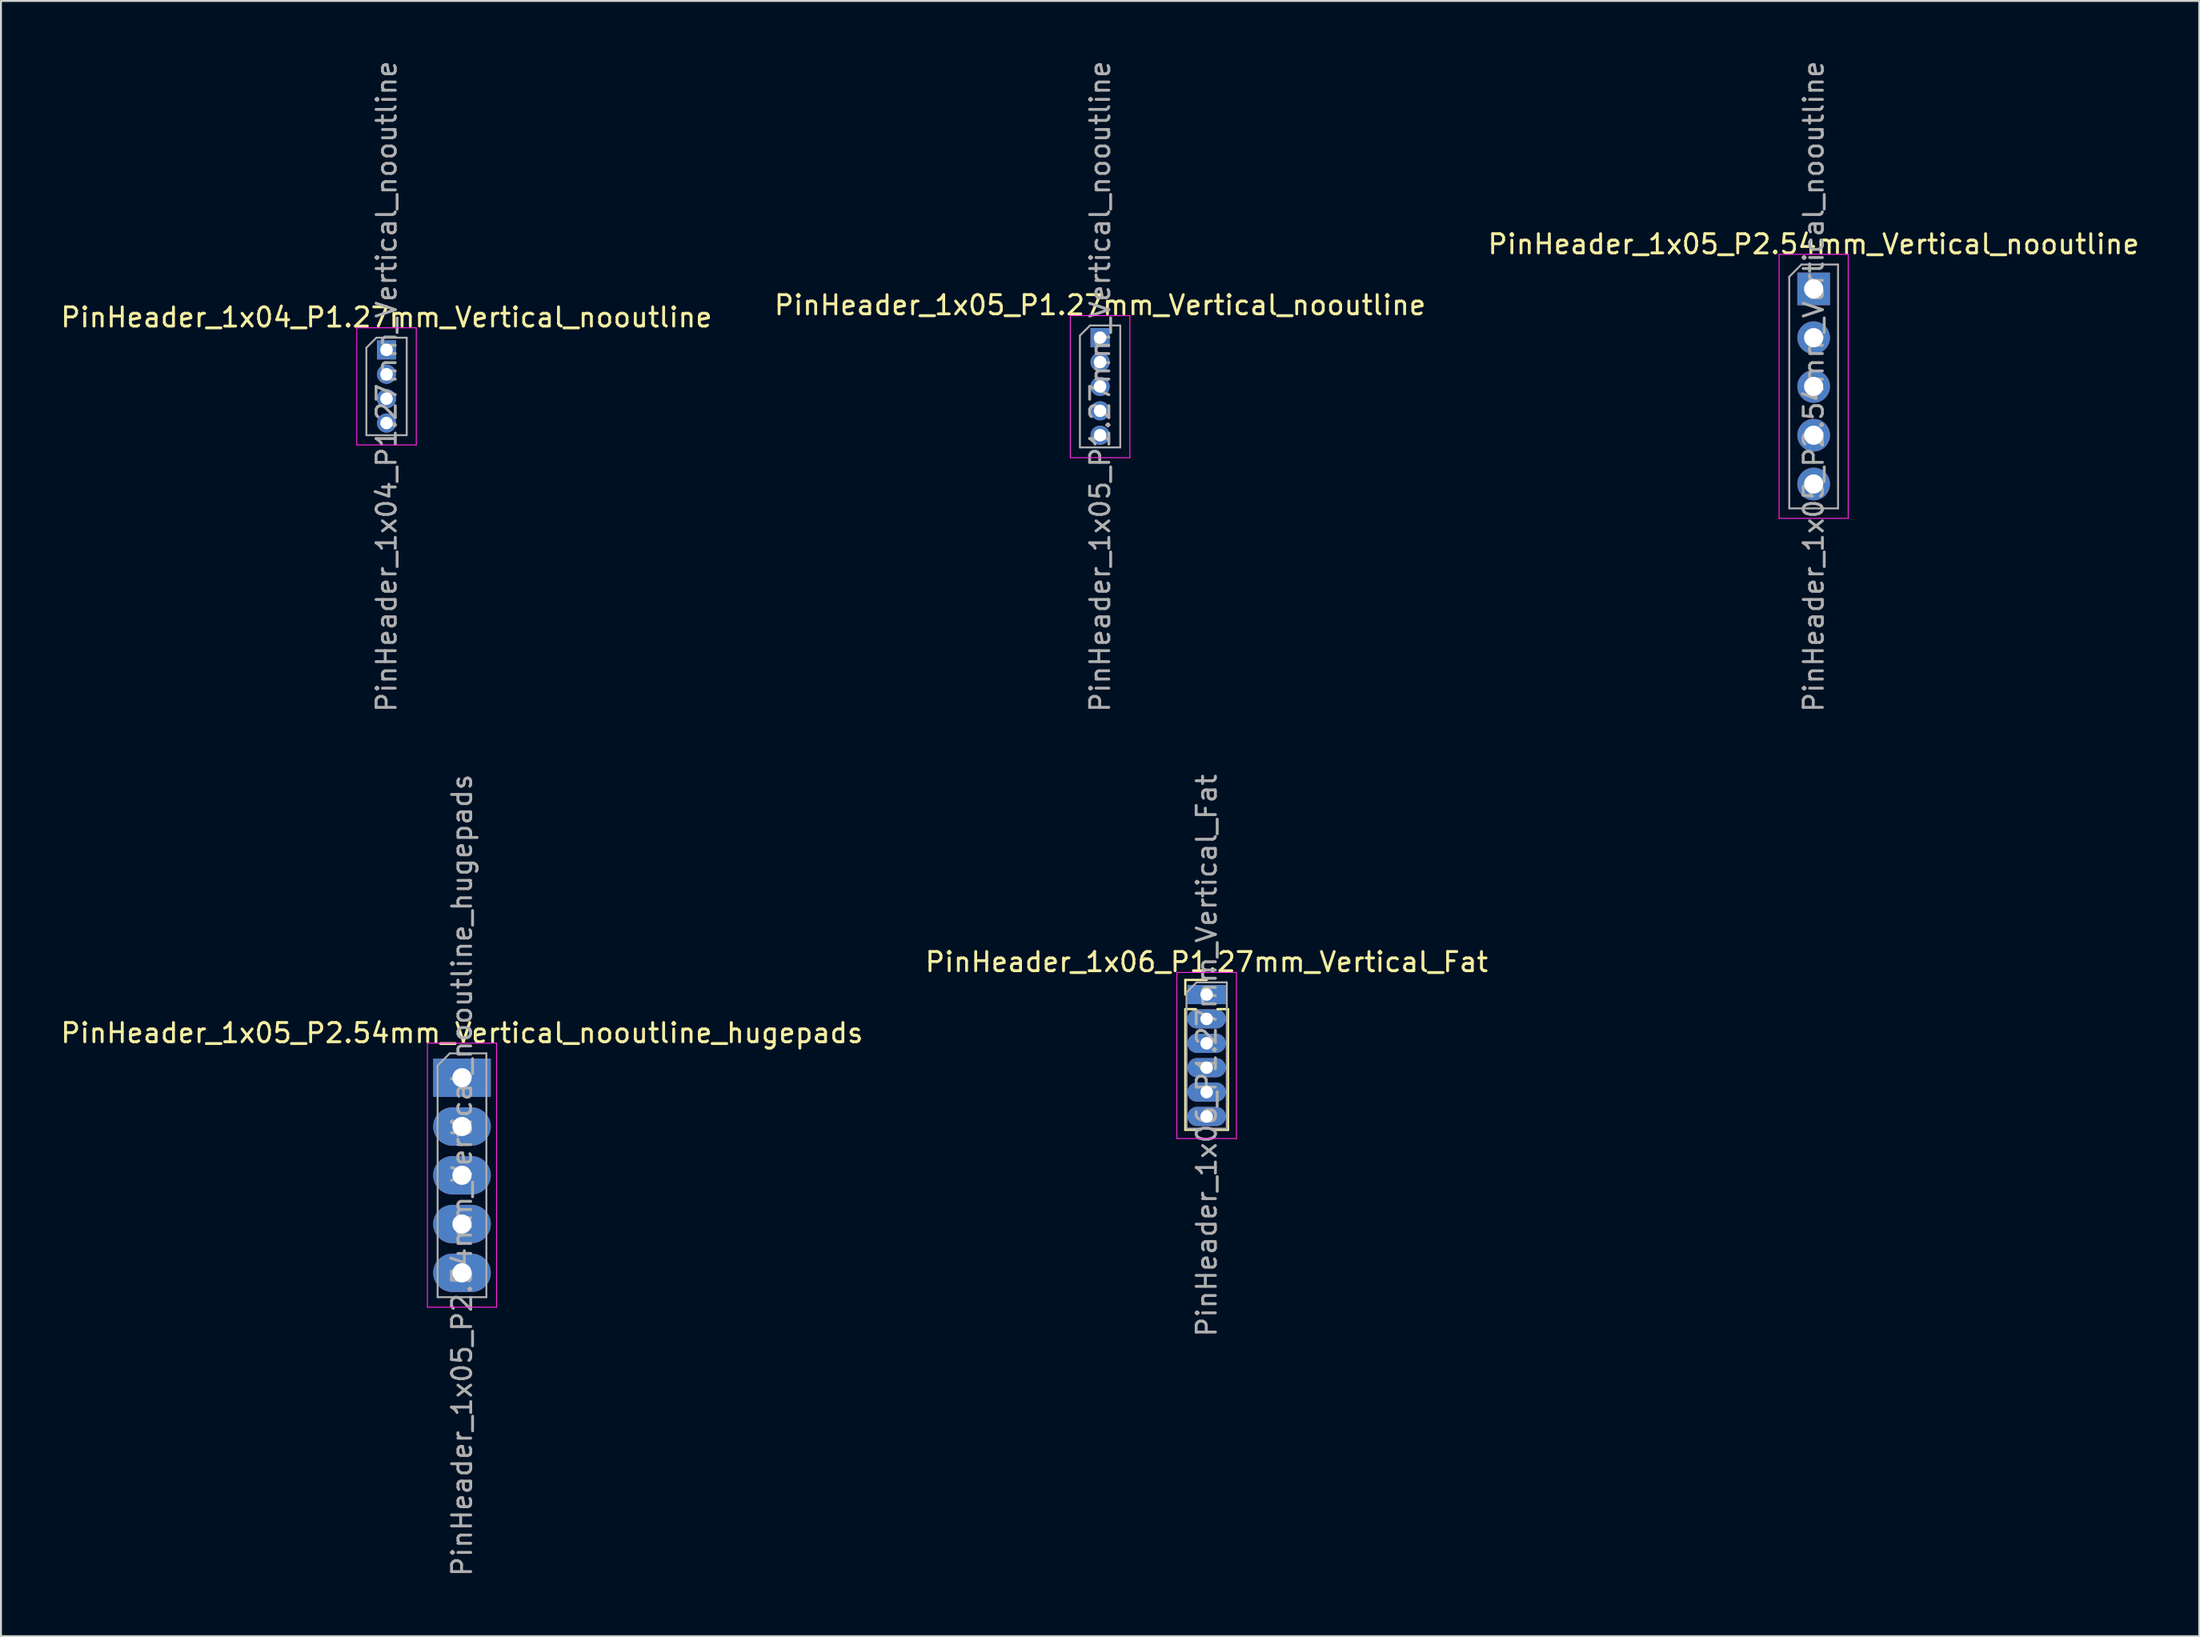
<source format=kicad_pcb>
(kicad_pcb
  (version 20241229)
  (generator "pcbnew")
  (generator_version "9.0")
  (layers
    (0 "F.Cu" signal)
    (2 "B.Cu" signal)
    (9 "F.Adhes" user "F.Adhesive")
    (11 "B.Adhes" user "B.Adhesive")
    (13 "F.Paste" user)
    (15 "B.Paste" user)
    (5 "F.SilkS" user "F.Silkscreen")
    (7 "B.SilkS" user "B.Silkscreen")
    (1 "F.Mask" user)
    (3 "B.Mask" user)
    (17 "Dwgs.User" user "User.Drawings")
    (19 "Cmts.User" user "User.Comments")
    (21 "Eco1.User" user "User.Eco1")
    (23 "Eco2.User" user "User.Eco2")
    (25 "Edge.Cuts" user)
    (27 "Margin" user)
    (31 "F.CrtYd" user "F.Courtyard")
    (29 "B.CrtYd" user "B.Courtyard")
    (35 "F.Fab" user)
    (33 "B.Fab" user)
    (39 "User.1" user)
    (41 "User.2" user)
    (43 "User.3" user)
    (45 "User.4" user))
  (footprint "PinHeader_1x04_P1.27mm_Vertical_nooutline"
    (layer "F.Cu")
    (at 17.077 15.172)
    (property "Reference" "PinHeader_1x04_P1.27mm_Vertical_nooutline" (at 0 -1.695 0) (layer "F.SilkS") (effects (font (size 1 1) (thickness 0.15))))
    (attr through_hole)
    (fp_line (start -1.55 -1.15) (end -1.55 4.95) (stroke (width 0.05) (type solid)) (layer "F.CrtYd"))
    (fp_line (start -1.55 4.95) (end 1.55 4.95) (stroke (width 0.05) (type solid)) (layer "F.CrtYd"))
    (fp_line (start 1.55 -1.15) (end -1.55 -1.15) (stroke (width 0.05) (type solid)) (layer "F.CrtYd"))
    (fp_line (start 1.55 4.95) (end 1.55 -1.15) (stroke (width 0.05) (type solid)) (layer "F.CrtYd"))
    (fp_line (start -1.05 -0.11) (end -0.525 -0.635) (stroke (width 0.1) (type solid)) (layer "F.Fab"))
    (fp_line (start -1.05 4.445) (end -1.05 -0.11) (stroke (width 0.1) (type solid)) (layer "F.Fab"))
    (fp_line (start -0.525 -0.635) (end 1.05 -0.635) (stroke (width 0.1) (type solid)) (layer "F.Fab"))
    (fp_line (start 1.05 -0.635) (end 1.05 4.445) (stroke (width 0.1) (type solid)) (layer "F.Fab"))
    (fp_line (start 1.05 4.445) (end -1.05 4.445) (stroke (width 0.1) (type solid)) (layer "F.Fab"))
    (fp_text user "${REFERENCE}" (at 0 1.905 90) (layer "F.Fab") (effects (font (size 1 1) (thickness 0.15))))
    (pad "1" thru_hole rect (at 0 0) (size 1 1) (drill 0.65) (layers "*.Cu" "*.Mask"))
    (pad "2" thru_hole oval (at 0 1.27) (size 1 1) (drill 0.65) (layers "*.Cu" "*.Mask"))
    (pad "3" thru_hole oval (at 0 2.54) (size 1 1) (drill 0.65) (layers "*.Cu" "*.Mask"))
    (pad "4" thru_hole oval (at 0 3.81) (size 1 1) (drill 0.65) (layers "*.Cu" "*.Mask")))
  (footprint "PinHeader_1x05_P2.54mm_Vertical_nooutline_hugepads"
    (layer "F.Cu")
    (at 21.006 53.081)
    (property "Reference" "PinHeader_1x05_P2.54mm_Vertical_nooutline_hugepads" (at 0 -2.33 0) (layer "F.SilkS") (effects (font (size 1 1) (thickness 0.15))))
    (attr through_hole)
    (fp_line (start -1.8 -1.8) (end -1.8 11.95) (stroke (width 0.05) (type solid)) (layer "F.CrtYd"))
    (fp_line (start -1.8 11.95) (end 1.8 11.95) (stroke (width 0.05) (type solid)) (layer "F.CrtYd"))
    (fp_line (start 1.8 -1.8) (end -1.8 -1.8) (stroke (width 0.05) (type solid)) (layer "F.CrtYd"))
    (fp_line (start 1.8 11.95) (end 1.8 -1.8) (stroke (width 0.05) (type solid)) (layer "F.CrtYd"))
    (fp_line (start -1.27 -0.635) (end -0.635 -1.27) (stroke (width 0.1) (type solid)) (layer "F.Fab"))
    (fp_line (start -1.27 11.43) (end -1.27 -0.635) (stroke (width 0.1) (type solid)) (layer "F.Fab"))
    (fp_line (start -0.635 -1.27) (end 1.27 -1.27) (stroke (width 0.1) (type solid)) (layer "F.Fab"))
    (fp_line (start 1.27 -1.27) (end 1.27 11.43) (stroke (width 0.1) (type solid)) (layer "F.Fab"))
    (fp_line (start 1.27 11.43) (end -1.27 11.43) (stroke (width 0.1) (type solid)) (layer "F.Fab"))
    (fp_text user "${REFERENCE}" (at 0 5.08 270) (layer "F.Fab") (effects (font (size 1 1) (thickness 0.15))))
    (pad "1" thru_hole rect (at 0 0) (size 3 2) (drill 1) (layers "*.Cu" "*.Mask"))
    (pad "2" thru_hole oval (at 0 2.54) (size 3 2) (drill 1) (layers "*.Cu" "*.Mask"))
    (pad "3" thru_hole oval (at 0 5.08) (size 3 2) (drill 1) (layers "*.Cu" "*.Mask"))
    (pad "4" thru_hole oval (at 0 7.62) (size 3 2) (drill 1) (layers "*.Cu" "*.Mask"))
    (pad "5" thru_hole oval (at 0 10.16) (size 3 2) (drill 1) (layers "*.Cu" "*.Mask")))
  (footprint "PinHeader_1x06_P1.27mm_Vertical_Fat"
    (layer "F.Cu")
    (at 59.78 48.748)
    (property "Reference" "PinHeader_1x06_P1.27mm_Vertical_Fat" (at 0 -1.695 0) (layer "F.SilkS") (effects (font (size 1 1) (thickness 0.15))))
    (attr through_hole)
    (fp_line (start -1.11 -0.76) (end 0 -0.76) (stroke (width 0.12) (type solid)) (layer "F.SilkS"))
    (fp_line (start -1.11 0) (end -1.11 -0.76) (stroke (width 0.12) (type solid)) (layer "F.SilkS"))
    (fp_line (start -1.11 0.76) (end -1.11 7.045) (stroke (width 0.12) (type solid)) (layer "F.SilkS"))
    (fp_line (start -1.11 0.76) (end -0.563 0.76) (stroke (width 0.12) (type solid)) (layer "F.SilkS"))
    (fp_line (start -1.11 7.045) (end -0.308 7.045) (stroke (width 0.12) (type solid)) (layer "F.SilkS"))
    (fp_line (start 0.308 7.045) (end 1.11 7.045) (stroke (width 0.12) (type solid)) (layer "F.SilkS"))
    (fp_line (start 0.563 0.76) (end 1.11 0.76) (stroke (width 0.12) (type solid)) (layer "F.SilkS"))
    (fp_line (start 1.11 0.76) (end 1.11 7.045) (stroke (width 0.12) (type solid)) (layer "F.SilkS"))
    (fp_line (start -1.55 -1.15) (end -1.55 7.5) (stroke (width 0.05) (type solid)) (layer "F.CrtYd"))
    (fp_line (start -1.55 7.5) (end 1.55 7.5) (stroke (width 0.05) (type solid)) (layer "F.CrtYd"))
    (fp_line (start 1.55 -1.15) (end -1.55 -1.15) (stroke (width 0.05) (type solid)) (layer "F.CrtYd"))
    (fp_line (start 1.55 7.5) (end 1.55 -1.15) (stroke (width 0.05) (type solid)) (layer "F.CrtYd"))
    (fp_line (start -1.05 -0.11) (end -0.525 -0.635) (stroke (width 0.1) (type solid)) (layer "F.Fab"))
    (fp_line (start -1.05 6.985) (end -1.05 -0.11) (stroke (width 0.1) (type solid)) (layer "F.Fab"))
    (fp_line (start -0.525 -0.635) (end 1.05 -0.635) (stroke (width 0.1) (type solid)) (layer "F.Fab"))
    (fp_line (start 1.05 -0.635) (end 1.05 6.985) (stroke (width 0.1) (type solid)) (layer "F.Fab"))
    (fp_line (start 1.05 6.985) (end -1.05 6.985) (stroke (width 0.1) (type solid)) (layer "F.Fab"))
    (fp_text user "${REFERENCE}" (at 0 3.175 90) (layer "F.Fab") (effects (font (size 1 1) (thickness 0.15))))
    (pad "1" thru_hole rect (at 0 0) (size 2 1) (drill 0.65) (layers "*.Cu" "*.Mask"))
    (pad "2" thru_hole oval (at 0 1.27) (size 2 1) (drill 0.65) (layers "*.Cu" "*.Mask"))
    (pad "3" thru_hole oval (at 0 2.54) (size 2 1) (drill 0.65) (layers "*.Cu" "*.Mask"))
    (pad "4" thru_hole oval (at 0 3.81) (size 2 1) (drill 0.65) (layers "*.Cu" "*.Mask"))
    (pad "5" thru_hole oval (at 0 5.08) (size 2 1) (drill 0.65) (layers "*.Cu" "*.Mask"))
    (pad "6" thru_hole oval (at 0 6.35) (size 2 1) (drill 0.65) (layers "*.Cu" "*.Mask")))
  (footprint "PinHeader_1x05_P1.27mm_Vertical_nooutline"
    (layer "F.Cu")
    (at 54.232 14.537)
    (property "Reference" "PinHeader_1x05_P1.27mm_Vertical_nooutline" (at 0 -1.695 0) (layer "F.SilkS") (effects (font (size 1 1) (thickness 0.15))))
    (attr through_hole)
    (fp_line (start -1.55 -1.15) (end -1.55 6.25) (stroke (width 0.05) (type solid)) (layer "F.CrtYd"))
    (fp_line (start -1.55 6.25) (end 1.55 6.25) (stroke (width 0.05) (type solid)) (layer "F.CrtYd"))
    (fp_line (start 1.55 -1.15) (end -1.55 -1.15) (stroke (width 0.05) (type solid)) (layer "F.CrtYd"))
    (fp_line (start 1.55 6.25) (end 1.55 -1.15) (stroke (width 0.05) (type solid)) (layer "F.CrtYd"))
    (fp_line (start -1.05 -0.11) (end -0.525 -0.635) (stroke (width 0.1) (type solid)) (layer "F.Fab"))
    (fp_line (start -1.05 5.715) (end -1.05 -0.11) (stroke (width 0.1) (type solid)) (layer "F.Fab"))
    (fp_line (start -0.525 -0.635) (end 1.05 -0.635) (stroke (width 0.1) (type solid)) (layer "F.Fab"))
    (fp_line (start 1.05 -0.635) (end 1.05 5.715) (stroke (width 0.1) (type solid)) (layer "F.Fab"))
    (fp_line (start 1.05 5.715) (end -1.05 5.715) (stroke (width 0.1) (type solid)) (layer "F.Fab"))
    (fp_text user "${REFERENCE}" (at 0 2.54 90) (layer "F.Fab") (effects (font (size 1 1) (thickness 0.15))))
    (pad "1" thru_hole rect (at 0 0) (size 1 1) (drill 0.65) (layers "*.Cu" "*.Mask"))
    (pad "2" thru_hole oval (at 0 1.27) (size 1 1) (drill 0.65) (layers "*.Cu" "*.Mask"))
    (pad "3" thru_hole oval (at 0 2.54) (size 1 1) (drill 0.65) (layers "*.Cu" "*.Mask"))
    (pad "4" thru_hole oval (at 0 3.81) (size 1 1) (drill 0.65) (layers "*.Cu" "*.Mask"))
    (pad "5" thru_hole oval (at 0 5.08) (size 1 1) (drill 0.65) (layers "*.Cu" "*.Mask")))
  (footprint "PinHeader_1x05_P2.54mm_Vertical_nooutline"
    (layer "F.Cu")
    (at 91.387 11.997)
    (property "Reference" "PinHeader_1x05_P2.54mm_Vertical_nooutline" (at 0 -2.33 0) (layer "F.SilkS") (effects (font (size 1 1) (thickness 0.15))))
    (attr through_hole)
    (fp_line (start -1.8 -1.8) (end -1.8 11.95) (stroke (width 0.05) (type solid)) (layer "F.CrtYd"))
    (fp_line (start -1.8 11.95) (end 1.8 11.95) (stroke (width 0.05) (type solid)) (layer "F.CrtYd"))
    (fp_line (start 1.8 -1.8) (end -1.8 -1.8) (stroke (width 0.05) (type solid)) (layer "F.CrtYd"))
    (fp_line (start 1.8 11.95) (end 1.8 -1.8) (stroke (width 0.05) (type solid)) (layer "F.CrtYd"))
    (fp_line (start -1.27 -0.635) (end -0.635 -1.27) (stroke (width 0.1) (type solid)) (layer "F.Fab"))
    (fp_line (start -1.27 11.43) (end -1.27 -0.635) (stroke (width 0.1) (type solid)) (layer "F.Fab"))
    (fp_line (start -0.635 -1.27) (end 1.27 -1.27) (stroke (width 0.1) (type solid)) (layer "F.Fab"))
    (fp_line (start 1.27 -1.27) (end 1.27 11.43) (stroke (width 0.1) (type solid)) (layer "F.Fab"))
    (fp_line (start 1.27 11.43) (end -1.27 11.43) (stroke (width 0.1) (type solid)) (layer "F.Fab"))
    (fp_text user "${REFERENCE}" (at 0 5.08 270) (layer "F.Fab") (effects (font (size 1 1) (thickness 0.15))))
    (pad "1" thru_hole rect (at 0 0) (size 1.7 1.7) (drill 1) (layers "*.Cu" "*.Mask"))
    (pad "2" thru_hole oval (at 0 2.54) (size 1.7 1.7) (drill 1) (layers "*.Cu" "*.Mask"))
    (pad "3" thru_hole oval (at 0 5.08) (size 1.7 1.7) (drill 1) (layers "*.Cu" "*.Mask"))
    (pad "4" thru_hole oval (at 0 7.62) (size 1.7 1.7) (drill 1) (layers "*.Cu" "*.Mask"))
    (pad "5" thru_hole oval (at 0 10.16) (size 1.7 1.7) (drill 1) (layers "*.Cu" "*.Mask")))
  (gr_rect
    (start -3 -3)
    (end 111.464 82.167)
    (stroke (width 0.1) (type default))
    (fill no)
    (layer "Edge.Cuts")))
</source>
